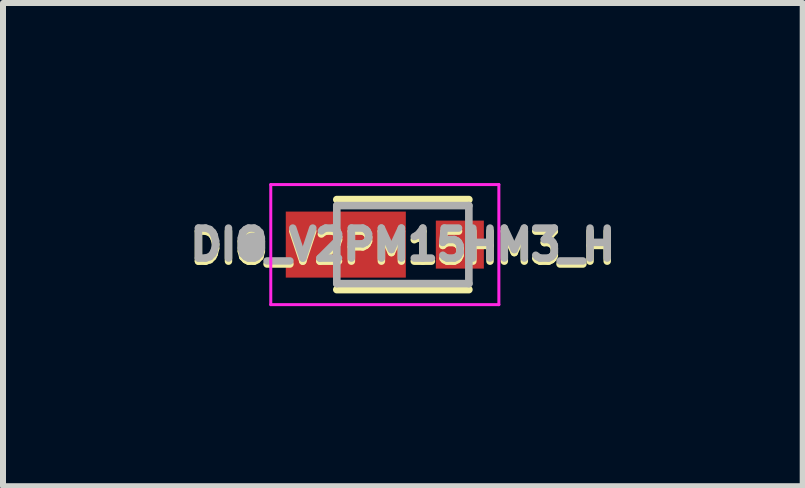
<source format=kicad_pcb>
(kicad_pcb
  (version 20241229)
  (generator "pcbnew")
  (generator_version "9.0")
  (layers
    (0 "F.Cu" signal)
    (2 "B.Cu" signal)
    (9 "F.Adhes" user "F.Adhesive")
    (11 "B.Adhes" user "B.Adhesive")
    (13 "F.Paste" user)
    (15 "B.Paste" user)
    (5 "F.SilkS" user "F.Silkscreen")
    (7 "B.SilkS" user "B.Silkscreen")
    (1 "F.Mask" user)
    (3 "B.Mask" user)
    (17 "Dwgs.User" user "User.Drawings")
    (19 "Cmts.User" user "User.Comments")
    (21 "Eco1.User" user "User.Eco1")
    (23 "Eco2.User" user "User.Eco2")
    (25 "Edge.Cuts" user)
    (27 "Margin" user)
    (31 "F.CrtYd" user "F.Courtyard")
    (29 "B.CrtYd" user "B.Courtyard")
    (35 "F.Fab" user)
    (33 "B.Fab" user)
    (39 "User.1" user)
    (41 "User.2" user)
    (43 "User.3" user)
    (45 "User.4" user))
  (footprint "DIO_V2PM15HM3_H"
    (layer "F.Cu")
    (at 3.661 1.025)
    (property "Reference" "DIO_V2PM15HM3_H" (at 0 0.051 0) (layer "F.SilkS") (effects (font (size 0.5 0.5) (thickness 0.125))))
    (attr through_hole)
    (fp_line (start -1.1 -0.75) (end 1.1 -0.75) (stroke (width 0.127) (type solid)) (layer "F.SilkS"))
    (fp_line (start -1.1 0.75) (end 1.1 0.75) (stroke (width 0.127) (type solid)) (layer "F.SilkS"))
    (fp_circle (center -2.5 0) (end -2.4 0) (stroke (width 0.2) (type solid)) (fill no) (layer "F.SilkS"))
    (fp_line (start -2.2 -1) (end 1.6 -1) (stroke (width 0.05) (type solid)) (layer "F.CrtYd"))
    (fp_line (start -2.2 1) (end -2.2 -1) (stroke (width 0.05) (type solid)) (layer "F.CrtYd"))
    (fp_line (start 1.6 -1) (end 1.6 1) (stroke (width 0.05) (type solid)) (layer "F.CrtYd"))
    (fp_line (start 1.6 1) (end -2.2 1) (stroke (width 0.05) (type solid)) (layer "F.CrtYd"))
    (fp_line (start -1.1 -0.65) (end 1.1 -0.65) (stroke (width 0.127) (type solid)) (layer "F.Fab"))
    (fp_line (start -1.1 0.65) (end -1.1 -0.65) (stroke (width 0.127) (type solid)) (layer "F.Fab"))
    (fp_line (start 1.1 -0.65) (end 1.1 0.65) (stroke (width 0.127) (type solid)) (layer "F.Fab"))
    (fp_line (start 1.1 0.65) (end -1.1 0.65) (stroke (width 0.127) (type solid)) (layer "F.Fab"))
    (fp_circle (center -2.5 0) (end -2.4 0) (stroke (width 0.2) (type solid)) (fill no) (layer "F.Fab"))
    (fp_text user "${REFERENCE}" (at 0 0 0) (layer "F.Fab") (effects (font (size 0.5 0.5) (thickness 0.125))))
    (pad "1" smd rect (at -0.95 0) (size 2 1.1) (layers "F.Cu" "F.Mask" "F.Paste"))
    (pad "2" smd rect (at 0.95 0) (size 0.8 0.8) (layers "F.Cu" "F.Mask" "F.Paste")))
  (gr_rect
    (start -3 -3)
    (end 10.323 5.05)
    (stroke (width 0.1) (type default))
    (fill no)
    (layer "Edge.Cuts")))
</source>
